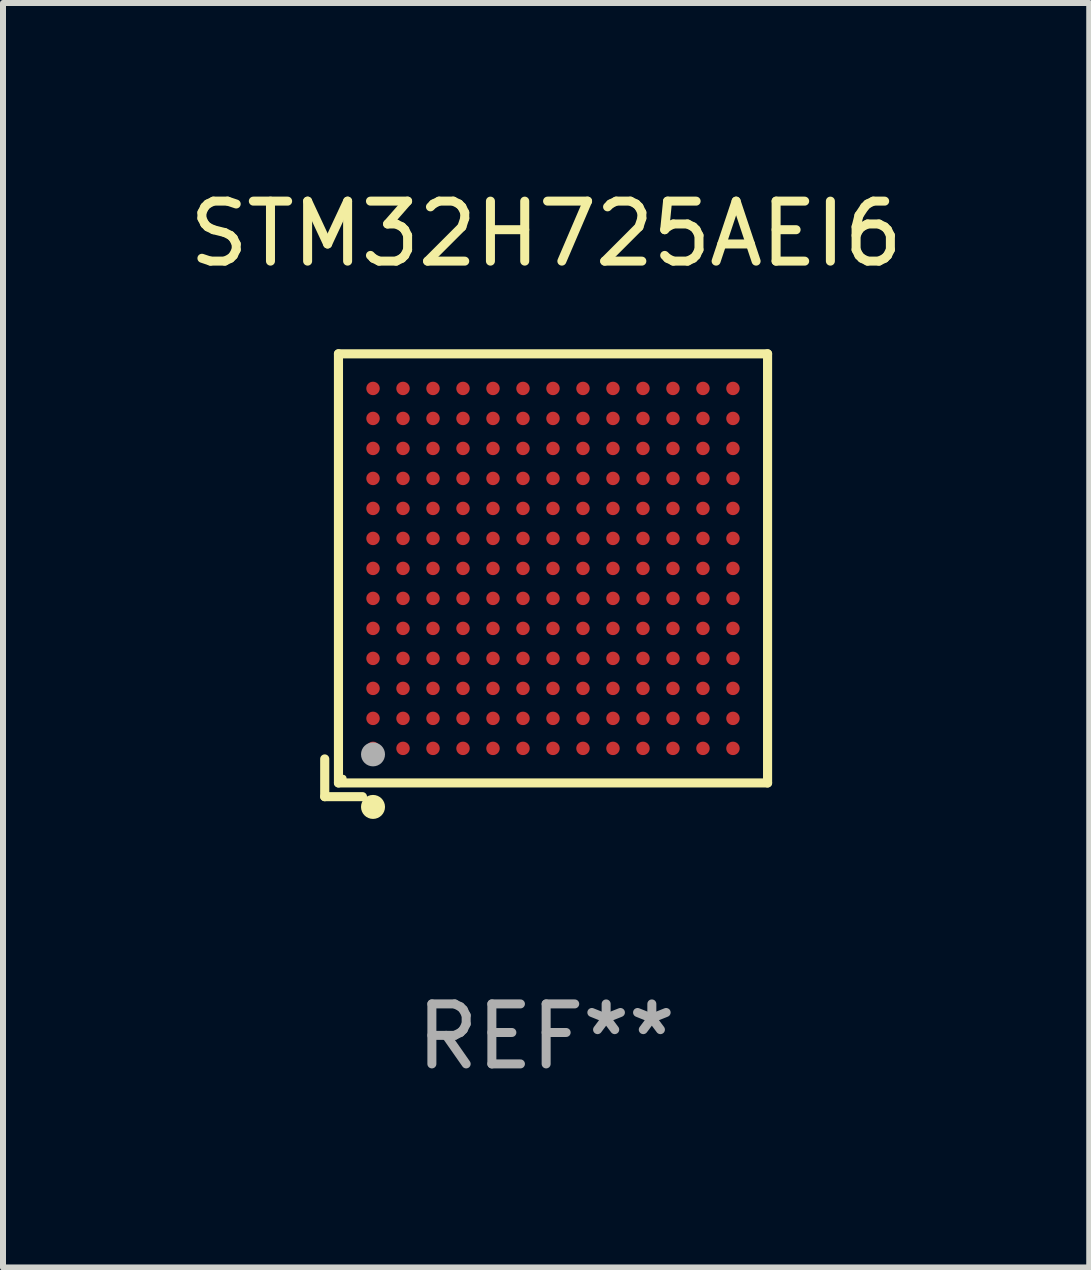
<source format=kicad_pcb>
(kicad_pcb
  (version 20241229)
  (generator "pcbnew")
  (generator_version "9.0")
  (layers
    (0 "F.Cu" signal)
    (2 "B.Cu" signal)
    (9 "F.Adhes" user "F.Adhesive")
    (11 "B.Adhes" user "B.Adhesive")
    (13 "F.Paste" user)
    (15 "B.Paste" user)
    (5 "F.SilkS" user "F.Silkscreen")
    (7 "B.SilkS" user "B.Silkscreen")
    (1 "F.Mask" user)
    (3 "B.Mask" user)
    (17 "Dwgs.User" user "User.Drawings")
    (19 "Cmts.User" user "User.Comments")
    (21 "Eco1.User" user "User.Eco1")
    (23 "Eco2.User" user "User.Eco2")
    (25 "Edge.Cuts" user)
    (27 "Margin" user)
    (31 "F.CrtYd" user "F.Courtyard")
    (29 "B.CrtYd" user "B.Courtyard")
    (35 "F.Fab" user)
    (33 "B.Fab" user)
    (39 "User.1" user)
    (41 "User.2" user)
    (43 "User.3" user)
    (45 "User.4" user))
  (footprint "STM32H725AEI6"
    (layer "F.Cu")
    (at 6.054 6.539)
    (property "Reference" "STM32H725AEI6" (at 0 -5.691 0) (layer "F.SilkS") (effects (font (size 1 1) (thickness 0.15))))
    (attr through_hole)
    (fp_line (start -3.691 3.062) (end -3.691 3.691) (stroke (width 0.152) (type solid)) (layer "F.SilkS"))
    (fp_line (start -3.691 3.691) (end -3.062 3.691) (stroke (width 0.152) (type solid)) (layer "F.SilkS"))
    (fp_line (start -3.462 -3.691) (end 3.691 -3.691) (stroke (width 0.152) (type solid)) (layer "F.SilkS"))
    (fp_line (start -3.462 3.462) (end -3.462 -3.691) (stroke (width 0.152) (type solid)) (layer "F.SilkS"))
    (fp_line (start 3.691 -3.691) (end 3.691 3.462) (stroke (width 0.152) (type solid)) (layer "F.SilkS"))
    (fp_line (start 3.691 3.462) (end -3.462 3.462) (stroke (width 0.152) (type solid)) (layer "F.SilkS"))
    (fp_circle (center -3.386 3.386) (end -3.356 3.386) (stroke (width 0.06) (type solid)) (fill no) (layer "F.SilkS"))
    (fp_circle (center -2.886 3.862) (end -2.786 3.862) (stroke (width 0.2) (type solid)) (fill no) (layer "F.SilkS"))
    (fp_circle (center -2.886 2.986) (end -2.786 2.986) (stroke (width 0.2) (type solid)) (fill no) (layer "F.Fab"))
    (fp_text user "REF**" (at 0 7.691 0) (layer "F.Fab") (effects (font (size 1 1) (thickness 0.15))))
    (pad "A1" smd circle (at -2.886 2.886) (size 0.224 0.224) (layers "F.Cu" "F.Mask" "F.Paste"))
    (pad "A2" smd circle (at -2.886 2.386) (size 0.224 0.224) (layers "F.Cu" "F.Mask" "F.Paste"))
    (pad "A3" smd circle (at -2.886 1.886) (size 0.224 0.224) (layers "F.Cu" "F.Mask" "F.Paste"))
    (pad "A4" smd circle (at -2.886 1.386) (size 0.224 0.224) (layers "F.Cu" "F.Mask" "F.Paste"))
    (pad "A5" smd circle (at -2.886 0.886) (size 0.224 0.224) (layers "F.Cu" "F.Mask" "F.Paste"))
    (pad "A6" smd circle (at -2.886 0.386) (size 0.224 0.224) (layers "F.Cu" "F.Mask" "F.Paste"))
    (pad "A7" smd circle (at -2.886 -0.114) (size 0.224 0.224) (layers "F.Cu" "F.Mask" "F.Paste"))
    (pad "A8" smd circle (at -2.886 -0.614) (size 0.224 0.224) (layers "F.Cu" "F.Mask" "F.Paste"))
    (pad "A9" smd circle (at -2.886 -1.114) (size 0.224 0.224) (layers "F.Cu" "F.Mask" "F.Paste"))
    (pad "A10" smd circle (at -2.886 -1.614) (size 0.224 0.224) (layers "F.Cu" "F.Mask" "F.Paste"))
    (pad "A11" smd circle (at -2.886 -2.114) (size 0.224 0.224) (layers "F.Cu" "F.Mask" "F.Paste"))
    (pad "A12" smd circle (at -2.886 -2.614) (size 0.224 0.224) (layers "F.Cu" "F.Mask" "F.Paste"))
    (pad "A13" smd circle (at -2.886 -3.114) (size 0.224 0.224) (layers "F.Cu" "F.Mask" "F.Paste"))
    (pad "B1" smd circle (at -2.386 2.886) (size 0.224 0.224) (layers "F.Cu" "F.Mask" "F.Paste"))
    (pad "B2" smd circle (at -2.386 2.386) (size 0.224 0.224) (layers "F.Cu" "F.Mask" "F.Paste"))
    (pad "B3" smd circle (at -2.386 1.886) (size 0.224 0.224) (layers "F.Cu" "F.Mask" "F.Paste"))
    (pad "B4" smd circle (at -2.386 1.386) (size 0.224 0.224) (layers "F.Cu" "F.Mask" "F.Paste"))
    (pad "B5" smd circle (at -2.386 0.886) (size 0.224 0.224) (layers "F.Cu" "F.Mask" "F.Paste"))
    (pad "B6" smd circle (at -2.386 0.386) (size 0.224 0.224) (layers "F.Cu" "F.Mask" "F.Paste"))
    (pad "B7" smd circle (at -2.386 -0.114) (size 0.224 0.224) (layers "F.Cu" "F.Mask" "F.Paste"))
    (pad "B8" smd circle (at -2.386 -0.614) (size 0.224 0.224) (layers "F.Cu" "F.Mask" "F.Paste"))
    (pad "B9" smd circle (at -2.386 -1.114) (size 0.224 0.224) (layers "F.Cu" "F.Mask" "F.Paste"))
    (pad "B10" smd circle (at -2.386 -1.614) (size 0.224 0.224) (layers "F.Cu" "F.Mask" "F.Paste"))
    (pad "B11" smd circle (at -2.386 -2.114) (size 0.224 0.224) (layers "F.Cu" "F.Mask" "F.Paste"))
    (pad "B12" smd circle (at -2.386 -2.614) (size 0.224 0.224) (layers "F.Cu" "F.Mask" "F.Paste"))
    (pad "B13" smd circle (at -2.386 -3.114) (size 0.224 0.224) (layers "F.Cu" "F.Mask" "F.Paste"))
    (pad "C1" smd circle (at -1.886 2.886) (size 0.224 0.224) (layers "F.Cu" "F.Mask" "F.Paste"))
    (pad "C2" smd circle (at -1.886 2.386) (size 0.224 0.224) (layers "F.Cu" "F.Mask" "F.Paste"))
    (pad "C3" smd circle (at -1.886 1.886) (size 0.224 0.224) (layers "F.Cu" "F.Mask" "F.Paste"))
    (pad "C4" smd circle (at -1.886 1.386) (size 0.224 0.224) (layers "F.Cu" "F.Mask" "F.Paste"))
    (pad "C5" smd circle (at -1.886 0.886) (size 0.224 0.224) (layers "F.Cu" "F.Mask" "F.Paste"))
    (pad "C6" smd circle (at -1.886 0.386) (size 0.224 0.224) (layers "F.Cu" "F.Mask" "F.Paste"))
    (pad "C7" smd circle (at -1.886 -0.114) (size 0.224 0.224) (layers "F.Cu" "F.Mask" "F.Paste"))
    (pad "C8" smd circle (at -1.886 -0.614) (size 0.224 0.224) (layers "F.Cu" "F.Mask" "F.Paste"))
    (pad "C9" smd circle (at -1.886 -1.114) (size 0.224 0.224) (layers "F.Cu" "F.Mask" "F.Paste"))
    (pad "C10" smd circle (at -1.886 -1.614) (size 0.224 0.224) (layers "F.Cu" "F.Mask" "F.Paste"))
    (pad "C11" smd circle (at -1.886 -2.114) (size 0.224 0.224) (layers "F.Cu" "F.Mask" "F.Paste"))
    (pad "C12" smd circle (at -1.886 -2.614) (size 0.224 0.224) (layers "F.Cu" "F.Mask" "F.Paste"))
    (pad "C13" smd circle (at -1.886 -3.114) (size 0.224 0.224) (layers "F.Cu" "F.Mask" "F.Paste"))
    (pad "D1" smd circle (at -1.386 2.886) (size 0.224 0.224) (layers "F.Cu" "F.Mask" "F.Paste"))
    (pad "D2" smd circle (at -1.386 2.386) (size 0.224 0.224) (layers "F.Cu" "F.Mask" "F.Paste"))
    (pad "D3" smd circle (at -1.386 1.886) (size 0.224 0.224) (layers "F.Cu" "F.Mask" "F.Paste"))
    (pad "D4" smd circle (at -1.386 1.386) (size 0.224 0.224) (layers "F.Cu" "F.Mask" "F.Paste"))
    (pad "D5" smd circle (at -1.386 0.886) (size 0.224 0.224) (layers "F.Cu" "F.Mask" "F.Paste"))
    (pad "D6" smd circle (at -1.386 0.386) (size 0.224 0.224) (layers "F.Cu" "F.Mask" "F.Paste"))
    (pad "D7" smd circle (at -1.386 -0.114) (size 0.224 0.224) (layers "F.Cu" "F.Mask" "F.Paste"))
    (pad "D8" smd circle (at -1.386 -0.614) (size 0.224 0.224) (layers "F.Cu" "F.Mask" "F.Paste"))
    (pad "D9" smd circle (at -1.386 -1.114) (size 0.224 0.224) (layers "F.Cu" "F.Mask" "F.Paste"))
    (pad "D10" smd circle (at -1.386 -1.614) (size 0.224 0.224) (layers "F.Cu" "F.Mask" "F.Paste"))
    (pad "D11" smd circle (at -1.386 -2.114) (size 0.224 0.224) (layers "F.Cu" "F.Mask" "F.Paste"))
    (pad "D12" smd circle (at -1.386 -2.614) (size 0.224 0.224) (layers "F.Cu" "F.Mask" "F.Paste"))
    (pad "D13" smd circle (at -1.386 -3.114) (size 0.224 0.224) (layers "F.Cu" "F.Mask" "F.Paste"))
    (pad "E1" smd circle (at -0.886 2.886) (size 0.224 0.224) (layers "F.Cu" "F.Mask" "F.Paste"))
    (pad "E2" smd circle (at -0.886 2.386) (size 0.224 0.224) (layers "F.Cu" "F.Mask" "F.Paste"))
    (pad "E3" smd circle (at -0.886 1.886) (size 0.224 0.224) (layers "F.Cu" "F.Mask" "F.Paste"))
    (pad "E4" smd circle (at -0.886 1.386) (size 0.224 0.224) (layers "F.Cu" "F.Mask" "F.Paste"))
    (pad "E5" smd circle (at -0.886 0.886) (size 0.224 0.224) (layers "F.Cu" "F.Mask" "F.Paste"))
    (pad "E6" smd circle (at -0.886 0.386) (size 0.224 0.224) (layers "F.Cu" "F.Mask" "F.Paste"))
    (pad "E7" smd circle (at -0.886 -0.114) (size 0.224 0.224) (layers "F.Cu" "F.Mask" "F.Paste"))
    (pad "E8" smd circle (at -0.886 -0.614) (size 0.224 0.224) (layers "F.Cu" "F.Mask" "F.Paste"))
    (pad "E9" smd circle (at -0.886 -1.114) (size 0.224 0.224) (layers "F.Cu" "F.Mask" "F.Paste"))
    (pad "E10" smd circle (at -0.886 -1.614) (size 0.224 0.224) (layers "F.Cu" "F.Mask" "F.Paste"))
    (pad "E11" smd circle (at -0.886 -2.114) (size 0.224 0.224) (layers "F.Cu" "F.Mask" "F.Paste"))
    (pad "E12" smd circle (at -0.886 -2.614) (size 0.224 0.224) (layers "F.Cu" "F.Mask" "F.Paste"))
    (pad "E13" smd circle (at -0.886 -3.114) (size 0.224 0.224) (layers "F.Cu" "F.Mask" "F.Paste"))
    (pad "F1" smd circle (at -0.386 2.886) (size 0.224 0.224) (layers "F.Cu" "F.Mask" "F.Paste"))
    (pad "F2" smd circle (at -0.386 2.386) (size 0.224 0.224) (layers "F.Cu" "F.Mask" "F.Paste"))
    (pad "F3" smd circle (at -0.386 1.886) (size 0.224 0.224) (layers "F.Cu" "F.Mask" "F.Paste"))
    (pad "F4" smd circle (at -0.386 1.386) (size 0.224 0.224) (layers "F.Cu" "F.Mask" "F.Paste"))
    (pad "F5" smd circle (at -0.386 0.886) (size 0.224 0.224) (layers "F.Cu" "F.Mask" "F.Paste"))
    (pad "F6" smd circle (at -0.386 0.386) (size 0.224 0.224) (layers "F.Cu" "F.Mask" "F.Paste"))
    (pad "F7" smd circle (at -0.386 -0.114) (size 0.224 0.224) (layers "F.Cu" "F.Mask" "F.Paste"))
    (pad "F8" smd circle (at -0.386 -0.614) (size 0.224 0.224) (layers "F.Cu" "F.Mask" "F.Paste"))
    (pad "F9" smd circle (at -0.386 -1.114) (size 0.224 0.224) (layers "F.Cu" "F.Mask" "F.Paste"))
    (pad "F10" smd circle (at -0.386 -1.614) (size 0.224 0.224) (layers "F.Cu" "F.Mask" "F.Paste"))
    (pad "F11" smd circle (at -0.386 -2.114) (size 0.224 0.224) (layers "F.Cu" "F.Mask" "F.Paste"))
    (pad "F12" smd circle (at -0.386 -2.614) (size 0.224 0.224) (layers "F.Cu" "F.Mask" "F.Paste"))
    (pad "F13" smd circle (at -0.386 -3.114) (size 0.224 0.224) (layers "F.Cu" "F.Mask" "F.Paste"))
    (pad "G1" smd circle (at 0.114 2.886) (size 0.224 0.224) (layers "F.Cu" "F.Mask" "F.Paste"))
    (pad "G2" smd circle (at 0.114 2.386) (size 0.224 0.224) (layers "F.Cu" "F.Mask" "F.Paste"))
    (pad "G3" smd circle (at 0.114 1.886) (size 0.224 0.224) (layers "F.Cu" "F.Mask" "F.Paste"))
    (pad "G4" smd circle (at 0.114 1.386) (size 0.224 0.224) (layers "F.Cu" "F.Mask" "F.Paste"))
    (pad "G5" smd circle (at 0.114 0.886) (size 0.224 0.224) (layers "F.Cu" "F.Mask" "F.Paste"))
    (pad "G6" smd circle (at 0.114 0.386) (size 0.224 0.224) (layers "F.Cu" "F.Mask" "F.Paste"))
    (pad "G7" smd circle (at 0.114 -0.114) (size 0.224 0.224) (layers "F.Cu" "F.Mask" "F.Paste"))
    (pad "G8" smd circle (at 0.114 -0.614) (size 0.224 0.224) (layers "F.Cu" "F.Mask" "F.Paste"))
    (pad "G9" smd circle (at 0.114 -1.114) (size 0.224 0.224) (layers "F.Cu" "F.Mask" "F.Paste"))
    (pad "G10" smd circle (at 0.114 -1.614) (size 0.224 0.224) (layers "F.Cu" "F.Mask" "F.Paste"))
    (pad "G11" smd circle (at 0.114 -2.114) (size 0.224 0.224) (layers "F.Cu" "F.Mask" "F.Paste"))
    (pad "G12" smd circle (at 0.114 -2.614) (size 0.224 0.224) (layers "F.Cu" "F.Mask" "F.Paste"))
    (pad "G13" smd circle (at 0.114 -3.114) (size 0.224 0.224) (layers "F.Cu" "F.Mask" "F.Paste"))
    (pad "H1" smd circle (at 0.614 2.886) (size 0.224 0.224) (layers "F.Cu" "F.Mask" "F.Paste"))
    (pad "H2" smd circle (at 0.614 2.386) (size 0.224 0.224) (layers "F.Cu" "F.Mask" "F.Paste"))
    (pad "H3" smd circle (at 0.614 1.886) (size 0.224 0.224) (layers "F.Cu" "F.Mask" "F.Paste"))
    (pad "H4" smd circle (at 0.614 1.386) (size 0.224 0.224) (layers "F.Cu" "F.Mask" "F.Paste"))
    (pad "H5" smd circle (at 0.614 0.886) (size 0.224 0.224) (layers "F.Cu" "F.Mask" "F.Paste"))
    (pad "H6" smd circle (at 0.614 0.386) (size 0.224 0.224) (layers "F.Cu" "F.Mask" "F.Paste"))
    (pad "H7" smd circle (at 0.614 -0.114) (size 0.224 0.224) (layers "F.Cu" "F.Mask" "F.Paste"))
    (pad "H8" smd circle (at 0.614 -0.614) (size 0.224 0.224) (layers "F.Cu" "F.Mask" "F.Paste"))
    (pad "H9" smd circle (at 0.614 -1.114) (size 0.224 0.224) (layers "F.Cu" "F.Mask" "F.Paste"))
    (pad "H10" smd circle (at 0.614 -1.614) (size 0.224 0.224) (layers "F.Cu" "F.Mask" "F.Paste"))
    (pad "H11" smd circle (at 0.614 -2.114) (size 0.224 0.224) (layers "F.Cu" "F.Mask" "F.Paste"))
    (pad "H12" smd circle (at 0.614 -2.614) (size 0.224 0.224) (layers "F.Cu" "F.Mask" "F.Paste"))
    (pad "H13" smd circle (at 0.614 -3.114) (size 0.224 0.224) (layers "F.Cu" "F.Mask" "F.Paste"))
    (pad "J1" smd circle (at 1.114 2.886) (size 0.224 0.224) (layers "F.Cu" "F.Mask" "F.Paste"))
    (pad "J2" smd circle (at 1.114 2.386) (size 0.224 0.224) (layers "F.Cu" "F.Mask" "F.Paste"))
    (pad "J3" smd circle (at 1.114 1.886) (size 0.224 0.224) (layers "F.Cu" "F.Mask" "F.Paste"))
    (pad "J4" smd circle (at 1.114 1.386) (size 0.224 0.224) (layers "F.Cu" "F.Mask" "F.Paste"))
    (pad "J5" smd circle (at 1.114 0.886) (size 0.224 0.224) (layers "F.Cu" "F.Mask" "F.Paste"))
    (pad "J6" smd circle (at 1.114 0.386) (size 0.224 0.224) (layers "F.Cu" "F.Mask" "F.Paste"))
    (pad "J7" smd circle (at 1.114 -0.114) (size 0.224 0.224) (layers "F.Cu" "F.Mask" "F.Paste"))
    (pad "J8" smd circle (at 1.114 -0.614) (size 0.224 0.224) (layers "F.Cu" "F.Mask" "F.Paste"))
    (pad "J9" smd circle (at 1.114 -1.114) (size 0.224 0.224) (layers "F.Cu" "F.Mask" "F.Paste"))
    (pad "J10" smd circle (at 1.114 -1.614) (size 0.224 0.224) (layers "F.Cu" "F.Mask" "F.Paste"))
    (pad "J11" smd circle (at 1.114 -2.114) (size 0.224 0.224) (layers "F.Cu" "F.Mask" "F.Paste"))
    (pad "J12" smd circle (at 1.114 -2.614) (size 0.224 0.224) (layers "F.Cu" "F.Mask" "F.Paste"))
    (pad "J13" smd circle (at 1.114 -3.114) (size 0.224 0.224) (layers "F.Cu" "F.Mask" "F.Paste"))
    (pad "K1" smd circle (at 1.614 2.886) (size 0.224 0.224) (layers "F.Cu" "F.Mask" "F.Paste"))
    (pad "K2" smd circle (at 1.614 2.386) (size 0.224 0.224) (layers "F.Cu" "F.Mask" "F.Paste"))
    (pad "K3" smd circle (at 1.614 1.886) (size 0.224 0.224) (layers "F.Cu" "F.Mask" "F.Paste"))
    (pad "K4" smd circle (at 1.614 1.386) (size 0.224 0.224) (layers "F.Cu" "F.Mask" "F.Paste"))
    (pad "K5" smd circle (at 1.614 0.886) (size 0.224 0.224) (layers "F.Cu" "F.Mask" "F.Paste"))
    (pad "K6" smd circle (at 1.614 0.386) (size 0.224 0.224) (layers "F.Cu" "F.Mask" "F.Paste"))
    (pad "K7" smd circle (at 1.614 -0.114) (size 0.224 0.224) (layers "F.Cu" "F.Mask" "F.Paste"))
    (pad "K8" smd circle (at 1.614 -0.614) (size 0.224 0.224) (layers "F.Cu" "F.Mask" "F.Paste"))
    (pad "K9" smd circle (at 1.614 -1.114) (size 0.224 0.224) (layers "F.Cu" "F.Mask" "F.Paste"))
    (pad "K10" smd circle (at 1.614 -1.614) (size 0.224 0.224) (layers "F.Cu" "F.Mask" "F.Paste"))
    (pad "K11" smd circle (at 1.614 -2.114) (size 0.224 0.224) (layers "F.Cu" "F.Mask" "F.Paste"))
    (pad "K12" smd circle (at 1.614 -2.614) (size 0.224 0.224) (layers "F.Cu" "F.Mask" "F.Paste"))
    (pad "K13" smd circle (at 1.614 -3.114) (size 0.224 0.224) (layers "F.Cu" "F.Mask" "F.Paste"))
    (pad "L1" smd circle (at 2.114 2.886) (size 0.224 0.224) (layers "F.Cu" "F.Mask" "F.Paste"))
    (pad "L2" smd circle (at 2.114 2.386) (size 0.224 0.224) (layers "F.Cu" "F.Mask" "F.Paste"))
    (pad "L3" smd circle (at 2.114 1.886) (size 0.224 0.224) (layers "F.Cu" "F.Mask" "F.Paste"))
    (pad "L4" smd circle (at 2.114 1.386) (size 0.224 0.224) (layers "F.Cu" "F.Mask" "F.Paste"))
    (pad "L5" smd circle (at 2.114 0.886) (size 0.224 0.224) (layers "F.Cu" "F.Mask" "F.Paste"))
    (pad "L6" smd circle (at 2.114 0.386) (size 0.224 0.224) (layers "F.Cu" "F.Mask" "F.Paste"))
    (pad "L7" smd circle (at 2.114 -0.114) (size 0.224 0.224) (layers "F.Cu" "F.Mask" "F.Paste"))
    (pad "L8" smd circle (at 2.114 -0.614) (size 0.224 0.224) (layers "F.Cu" "F.Mask" "F.Paste"))
    (pad "L9" smd circle (at 2.114 -1.114) (size 0.224 0.224) (layers "F.Cu" "F.Mask" "F.Paste"))
    (pad "L10" smd circle (at 2.114 -1.614) (size 0.224 0.224) (layers "F.Cu" "F.Mask" "F.Paste"))
    (pad "L11" smd circle (at 2.114 -2.114) (size 0.224 0.224) (layers "F.Cu" "F.Mask" "F.Paste"))
    (pad "L12" smd circle (at 2.114 -2.614) (size 0.224 0.224) (layers "F.Cu" "F.Mask" "F.Paste"))
    (pad "L13" smd circle (at 2.114 -3.114) (size 0.224 0.224) (layers "F.Cu" "F.Mask" "F.Paste"))
    (pad "M1" smd circle (at 2.614 2.886) (size 0.224 0.224) (layers "F.Cu" "F.Mask" "F.Paste"))
    (pad "M2" smd circle (at 2.614 2.386) (size 0.224 0.224) (layers "F.Cu" "F.Mask" "F.Paste"))
    (pad "M3" smd circle (at 2.614 1.886) (size 0.224 0.224) (layers "F.Cu" "F.Mask" "F.Paste"))
    (pad "M4" smd circle (at 2.614 1.386) (size 0.224 0.224) (layers "F.Cu" "F.Mask" "F.Paste"))
    (pad "M5" smd circle (at 2.614 0.886) (size 0.224 0.224) (layers "F.Cu" "F.Mask" "F.Paste"))
    (pad "M6" smd circle (at 2.614 0.386) (size 0.224 0.224) (layers "F.Cu" "F.Mask" "F.Paste"))
    (pad "M7" smd circle (at 2.614 -0.114) (size 0.224 0.224) (layers "F.Cu" "F.Mask" "F.Paste"))
    (pad "M8" smd circle (at 2.614 -0.614) (size 0.224 0.224) (layers "F.Cu" "F.Mask" "F.Paste"))
    (pad "M9" smd circle (at 2.614 -1.114) (size 0.224 0.224) (layers "F.Cu" "F.Mask" "F.Paste"))
    (pad "M10" smd circle (at 2.614 -1.614) (size 0.224 0.224) (layers "F.Cu" "F.Mask" "F.Paste"))
    (pad "M11" smd circle (at 2.614 -2.114) (size 0.224 0.224) (layers "F.Cu" "F.Mask" "F.Paste"))
    (pad "M12" smd circle (at 2.614 -2.614) (size 0.224 0.224) (layers "F.Cu" "F.Mask" "F.Paste"))
    (pad "M13" smd circle (at 2.614 -3.114) (size 0.224 0.224) (layers "F.Cu" "F.Mask" "F.Paste"))
    (pad "N1" smd circle (at 3.114 2.886) (size 0.224 0.224) (layers "F.Cu" "F.Mask" "F.Paste"))
    (pad "N2" smd circle (at 3.114 2.386) (size 0.224 0.224) (layers "F.Cu" "F.Mask" "F.Paste"))
    (pad "N3" smd circle (at 3.114 1.886) (size 0.224 0.224) (layers "F.Cu" "F.Mask" "F.Paste"))
    (pad "N4" smd circle (at 3.114 1.386) (size 0.224 0.224) (layers "F.Cu" "F.Mask" "F.Paste"))
    (pad "N5" smd circle (at 3.114 0.886) (size 0.224 0.224) (layers "F.Cu" "F.Mask" "F.Paste"))
    (pad "N6" smd circle (at 3.114 0.386) (size 0.224 0.224) (layers "F.Cu" "F.Mask" "F.Paste"))
    (pad "N7" smd circle (at 3.114 -0.114) (size 0.224 0.224) (layers "F.Cu" "F.Mask" "F.Paste"))
    (pad "N8" smd circle (at 3.114 -0.614) (size 0.224 0.224) (layers "F.Cu" "F.Mask" "F.Paste"))
    (pad "N9" smd circle (at 3.114 -1.114) (size 0.224 0.224) (layers "F.Cu" "F.Mask" "F.Paste"))
    (pad "N10" smd circle (at 3.114 -1.614) (size 0.224 0.224) (layers "F.Cu" "F.Mask" "F.Paste"))
    (pad "N11" smd circle (at 3.114 -2.114) (size 0.224 0.224) (layers "F.Cu" "F.Mask" "F.Paste"))
    (pad "N12" smd circle (at 3.114 -2.614) (size 0.224 0.224) (layers "F.Cu" "F.Mask" "F.Paste"))
    (pad "N13" smd circle (at 3.114 -3.114) (size 0.224 0.224) (layers "F.Cu" "F.Mask" "F.Paste")))
  (gr_rect
    (start -3 -3)
    (end 15.107 18.078)
    (stroke (width 0.1) (type default))
    (fill no)
    (layer "Edge.Cuts")))
</source>
